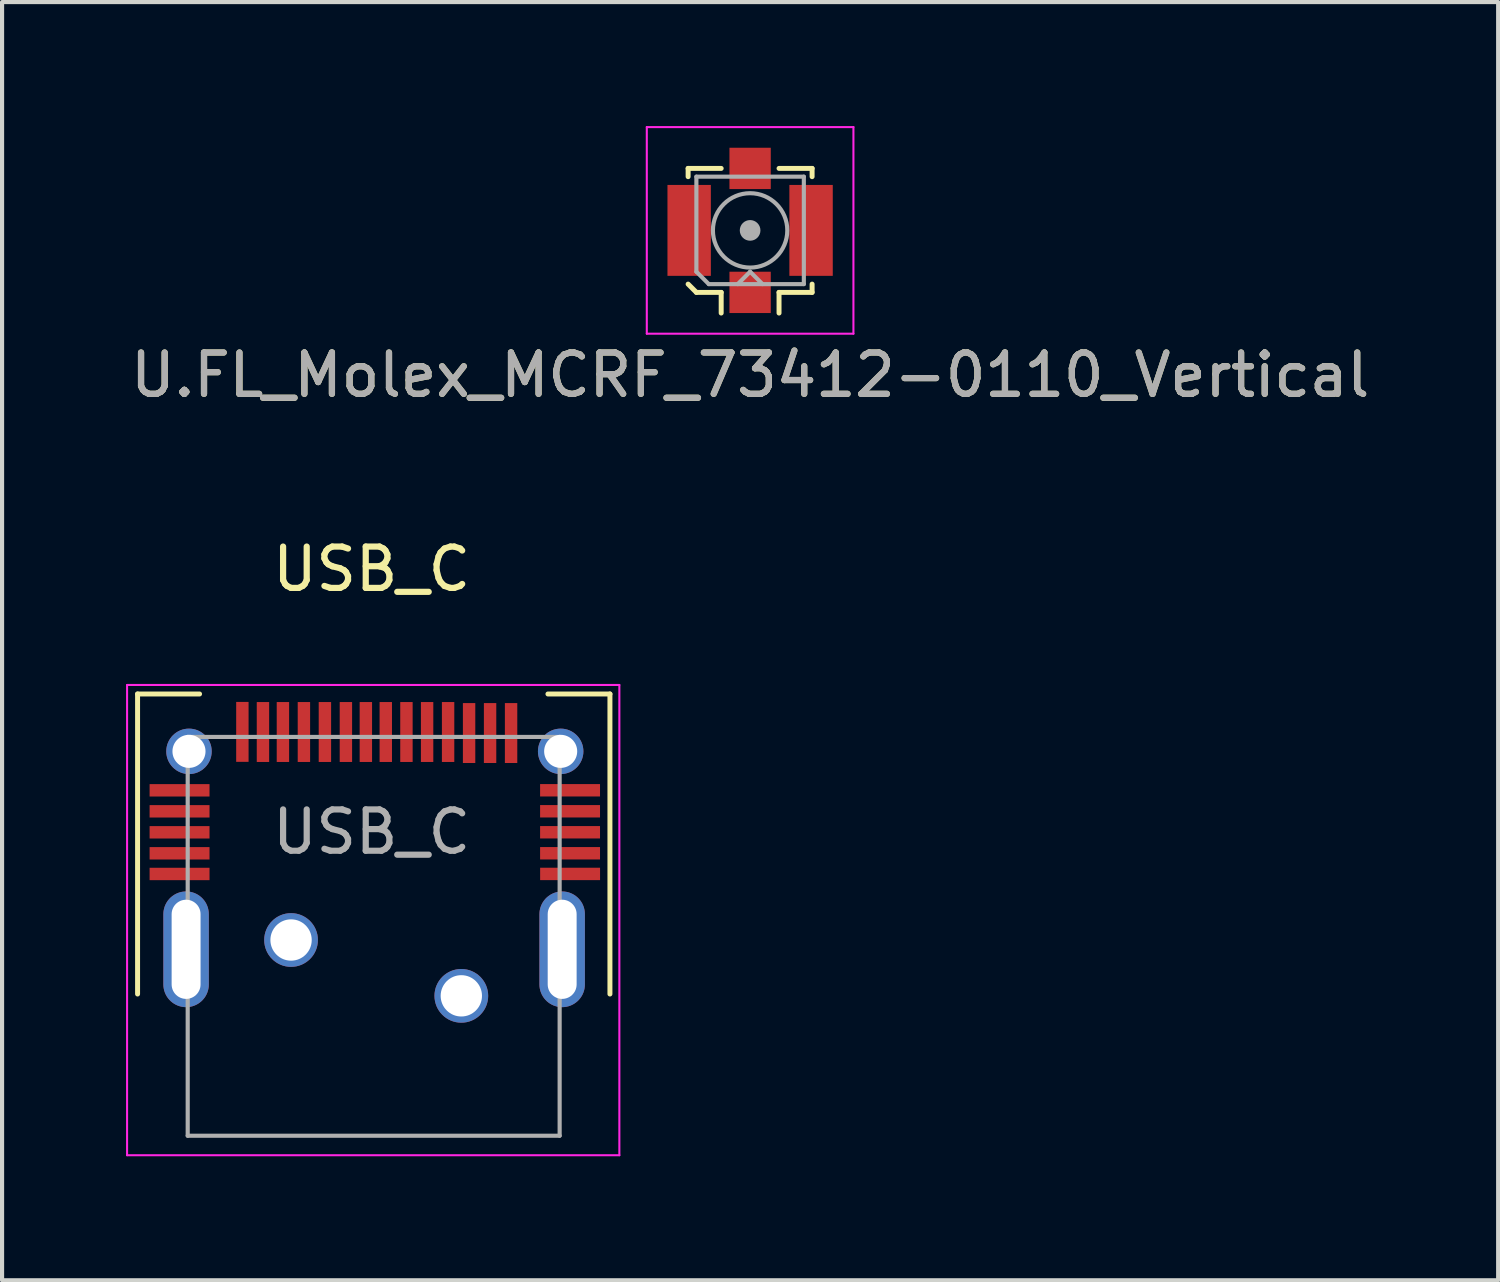
<source format=kicad_pcb>
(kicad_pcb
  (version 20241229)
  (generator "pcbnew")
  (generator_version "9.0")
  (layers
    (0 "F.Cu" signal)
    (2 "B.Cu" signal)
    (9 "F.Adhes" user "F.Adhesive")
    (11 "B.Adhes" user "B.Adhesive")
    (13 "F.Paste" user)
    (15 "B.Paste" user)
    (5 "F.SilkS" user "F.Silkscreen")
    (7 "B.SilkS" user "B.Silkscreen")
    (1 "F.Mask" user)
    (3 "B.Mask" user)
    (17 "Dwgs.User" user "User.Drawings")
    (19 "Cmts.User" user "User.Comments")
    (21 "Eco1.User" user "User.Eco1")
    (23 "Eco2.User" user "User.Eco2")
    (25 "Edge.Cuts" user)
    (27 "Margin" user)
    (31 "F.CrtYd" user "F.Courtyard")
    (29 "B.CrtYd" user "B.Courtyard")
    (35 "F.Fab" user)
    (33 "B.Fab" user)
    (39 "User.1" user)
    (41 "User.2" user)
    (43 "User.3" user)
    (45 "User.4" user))
  (footprint "U.FL_Molex_MCRF_73412-0110_Vertical"
    (layer "F.Cu")
    (at 15.101 2.525)
    (property "Reference" "U.FL_Molex_MCRF_73412-0110_Vertical" (at 0 3.5 0) (layer "F.SilkS") (effects (font (size 1 1) (thickness 0.15))))
    (attr smd)
    (fp_line (start -1.5 -1.5) (end -0.7 -1.5) (stroke (width 0.12) (type solid)) (layer "F.SilkS"))
    (fp_line (start -1.5 -1.3) (end -1.5 -1.5) (stroke (width 0.12) (type solid)) (layer "F.SilkS"))
    (fp_line (start -1.3 1.5) (end -1.5 1.3) (stroke (width 0.12) (type solid)) (layer "F.SilkS"))
    (fp_line (start -0.7 1.5) (end -1.3 1.5) (stroke (width 0.12) (type solid)) (layer "F.SilkS"))
    (fp_line (start -0.7 1.5) (end -0.7 2) (stroke (width 0.12) (type solid)) (layer "F.SilkS"))
    (fp_line (start 0.7 -1.5) (end 1.5 -1.5) (stroke (width 0.12) (type solid)) (layer "F.SilkS"))
    (fp_line (start 0.7 1.5) (end 0.7 2) (stroke (width 0.12) (type solid)) (layer "F.SilkS"))
    (fp_line (start 1.5 -1.5) (end 1.5 -1.3) (stroke (width 0.12) (type solid)) (layer "F.SilkS"))
    (fp_line (start 1.5 1.3) (end 1.5 1.5) (stroke (width 0.12) (type solid)) (layer "F.SilkS"))
    (fp_line (start 1.5 1.5) (end 0.7 1.5) (stroke (width 0.12) (type solid)) (layer "F.SilkS"))
    (fp_line (start -2.5 -2.5) (end -2.5 2.5) (stroke (width 0.05) (type solid)) (layer "F.CrtYd"))
    (fp_line (start -2.5 2.5) (end 2.5 2.5) (stroke (width 0.05) (type solid)) (layer "F.CrtYd"))
    (fp_line (start 2.5 -2.5) (end -2.5 -2.5) (stroke (width 0.05) (type solid)) (layer "F.CrtYd"))
    (fp_line (start 2.5 2.5) (end 2.5 -2.5) (stroke (width 0.05) (type solid)) (layer "F.CrtYd"))
    (fp_line (start -1.3 -1.3) (end -1.3 1) (stroke (width 0.1) (type solid)) (layer "F.Fab"))
    (fp_line (start -1.3 -1.3) (end 1.3 -1.3) (stroke (width 0.1) (type solid)) (layer "F.Fab"))
    (fp_line (start -1.3 1) (end -1 1.3) (stroke (width 0.1) (type solid)) (layer "F.Fab"))
    (fp_line (start -1 1.3) (end 1.3 1.3) (stroke (width 0.1) (type solid)) (layer "F.Fab"))
    (fp_line (start -0.3 1.3) (end 0 1) (stroke (width 0.1) (type solid)) (layer "F.Fab"))
    (fp_line (start 0 1) (end 0.3 1.3) (stroke (width 0.1) (type solid)) (layer "F.Fab"))
    (fp_line (start 1.3 -1.3) (end 1.3 1.3) (stroke (width 0.1) (type solid)) (layer "F.Fab"))
    (fp_circle (center 0 0) (end 0 0.05) (stroke (width 0.1) (type solid)) (fill no) (layer "F.Fab"))
    (fp_circle (center 0 0) (end 0 0.125) (stroke (width 0.1) (type solid)) (fill no) (layer "F.Fab"))
    (fp_circle (center 0 0) (end 0 0.2) (stroke (width 0.1) (type solid)) (fill no) (layer "F.Fab"))
    (fp_circle (center 0 0) (end 0.9 0) (stroke (width 0.1) (type solid)) (fill no) (layer "F.Fab"))
    (fp_text user "${REFERENCE}" (at 0 3.5 0) (layer "F.Fab") (effects (font (size 1 1) (thickness 0.15))))
    (pad "1" smd rect (at 0 1.5) (size 1 1) (layers "F.Cu" "F.Mask" "F.Paste"))
    (pad "2" smd rect (at -1.475 0) (size 1.05 2.2) (layers "F.Cu" "F.Mask" "F.Paste"))
    (pad "2" smd rect (at 0 -1.5) (size 1 1) (layers "F.Cu" "F.Mask" "F.Paste"))
    (pad "2" smd rect (at 1.475 0) (size 1.05 2.2) (layers "F.Cu" "F.Mask" "F.Paste")))
  (footprint "USB_C"
    (layer "F.Cu")
    (at 5.943 17.081)
    (property "Reference" "USB_C" (at 0 -6.36 0) (layer "F.SilkS") (effects (font (size 1 1) (thickness 0.15))))
    (attr smd)
    (fp_line (start -5.664 -3.338) (end -5.664 3.922) (stroke (width 0.12) (type solid)) (layer "F.SilkS"))
    (fp_line (start -5.664 -3.338) (end -4.164 -3.338) (stroke (width 0.12) (type solid)) (layer "F.SilkS"))
    (fp_line (start 4.266 -3.338) (end 5.766 -3.338) (stroke (width 0.12) (type solid)) (layer "F.SilkS"))
    (fp_line (start 5.766 -3.338) (end 5.766 3.922) (stroke (width 0.12) (type solid)) (layer "F.SilkS"))
    (fp_line (start -5.918 -3.556) (end 5.994 -3.556) (stroke (width 0.05) (type solid)) (layer "F.CrtYd"))
    (fp_line (start -5.918 7.823) (end -5.918 -3.556) (stroke (width 0.05) (type solid)) (layer "F.CrtYd"))
    (fp_line (start 5.994 -3.556) (end 5.994 7.823) (stroke (width 0.05) (type solid)) (layer "F.CrtYd"))
    (fp_line (start 5.994 7.823) (end -5.918 7.823) (stroke (width 0.05) (type solid)) (layer "F.CrtYd"))
    (fp_line (start -4.451 -2.299) (end 4.549 -2.299) (stroke (width 0.1) (type solid)) (layer "F.Fab"))
    (fp_line (start -4.451 7.351) (end -4.451 -2.299) (stroke (width 0.1) (type solid)) (layer "F.Fab"))
    (fp_line (start -4.451 7.351) (end 4.549 7.351) (stroke (width 0.1) (type solid)) (layer "F.Fab"))
    (fp_line (start 4.549 7.351) (end 4.549 -2.299) (stroke (width 0.1) (type solid)) (layer "F.Fab"))
    (fp_text user "${REFERENCE}" (at 0 0 0) (layer "F.Fab") (effects (font (size 1 1) (thickness 0.15))))
    (pad "A1" smd rect (at -3.128 -2.421) (size 0.3 1.45) (layers "F.Cu" "F.Mask" "F.Paste"))
    (pad "A2" smd rect (at -2.63 -2.418) (size 0.3 1.45) (layers "F.Cu" "F.Mask" "F.Paste"))
    (pad "A3" smd rect (at -2.147 -2.418) (size 0.3 1.45) (layers "F.Cu" "F.Mask" "F.Paste"))
    (pad "A4" smd rect (at -1.639 -2.418) (size 0.3 1.45) (layers "F.Cu" "F.Mask" "F.Paste"))
    (pad "A5" smd rect (at -1.131 -2.418) (size 0.3 1.45) (layers "F.Cu" "F.Mask" "F.Paste"))
    (pad "A6" smd rect (at -0.623 -2.418) (size 0.3 1.45) (layers "F.Cu" "F.Mask" "F.Paste"))
    (pad "A7" smd rect (at -0.14 -2.418) (size 0.3 1.45) (layers "F.Cu" "F.Mask" "F.Paste"))
    (pad "A8" smd rect (at 0.342 -2.418) (size 0.3 1.45) (layers "F.Cu" "F.Mask" "F.Paste"))
    (pad "A9" smd rect (at 1.85 -2.418) (size 0.3 1.45) (layers "F.Cu" "F.Mask" "F.Paste"))
    (pad "A10" smd rect (at 2.358 -2.393) (size 0.3 1.45) (layers "F.Cu" "F.Mask" "F.Paste"))
    (pad "A11" smd rect (at 2.866 -2.393) (size 0.3 1.45) (layers "F.Cu" "F.Mask" "F.Paste"))
    (pad "A12" smd rect (at 3.374 -2.393) (size 0.3 1.45) (layers "F.Cu" "F.Mask" "F.Paste"))
    (pad "B1" smd rect (at 4.802 1.016) (size 1.45 0.3) (layers "F.Cu" "F.Mask" "F.Paste"))
    (pad "B2" smd rect (at 4.801 0.516) (size 1.45 0.3) (layers "F.Cu" "F.Mask" "F.Paste"))
    (pad "B3" smd rect (at 4.801 0.008) (size 1.45 0.3) (layers "F.Cu" "F.Mask" "F.Paste"))
    (pad "B4" smd rect (at 4.801 -0.5) (size 1.45 0.3) (layers "F.Cu" "F.Mask" "F.Paste"))
    (pad "B5" smd rect (at 4.801 -1.008) (size 1.45 0.3) (layers "F.Cu" "F.Mask" "F.Paste"))
    (pad "B6" smd rect (at 1.342 -2.418) (size 0.3 1.45) (layers "F.Cu" "F.Mask" "F.Paste"))
    (pad "B7" smd rect (at 0.842 -2.418) (size 0.3 1.45) (layers "F.Cu" "F.Mask" "F.Paste"))
    (pad "B8" smd rect (at -4.648 -1.007) (size 1.45 0.3) (layers "F.Cu" "F.Mask" "F.Paste"))
    (pad "B9" smd rect (at -4.648 -0.499) (size 1.45 0.3) (layers "F.Cu" "F.Mask" "F.Paste"))
    (pad "B10" smd rect (at -4.648 0.009) (size 1.45 0.3) (layers "F.Cu" "F.Mask" "F.Paste"))
    (pad "B11" smd rect (at -4.648 0.517) (size 1.45 0.3) (layers "F.Cu" "F.Mask" "F.Paste"))
    (pad "B12" smd rect (at -4.648 1.017) (size 1.45 0.3) (layers "F.Cu" "F.Mask" "F.Paste"))
    (pad "S1" thru_hole oval (at -4.49 2.84) (size 1.1 2.8) (drill oval 0.7 2.4) (layers "*.Cu" "*.Mask"))
    (pad "S1" thru_hole oval (at -4.42 -1.95) (size 1.1 1.1) (drill 0.8) (layers "*.Cu" "*.Mask"))
    (pad "S1" thru_hole oval (at -1.95 2.615) (size 1.3 1.3) (drill 1) (layers "*.Cu" "*.Mask"))
    (pad "S1" thru_hole oval (at 2.17 3.966) (size 1.3 1.3) (drill 1) (layers "*.Cu" "*.Mask"))
    (pad "S1" thru_hole oval (at 4.574 -1.95) (size 1.1 1.1) (drill 0.8) (layers "*.Cu" "*.Mask"))
    (pad "S1" thru_hole oval (at 4.61 2.84) (size 1.1 2.8) (drill oval 0.7 2.4) (layers "*.Cu" "*.Mask")))
  (gr_rect
    (start -3 -3)
    (end 33.202 27.93)
    (stroke (width 0.1) (type default))
    (fill no)
    (layer "Edge.Cuts")))
</source>
